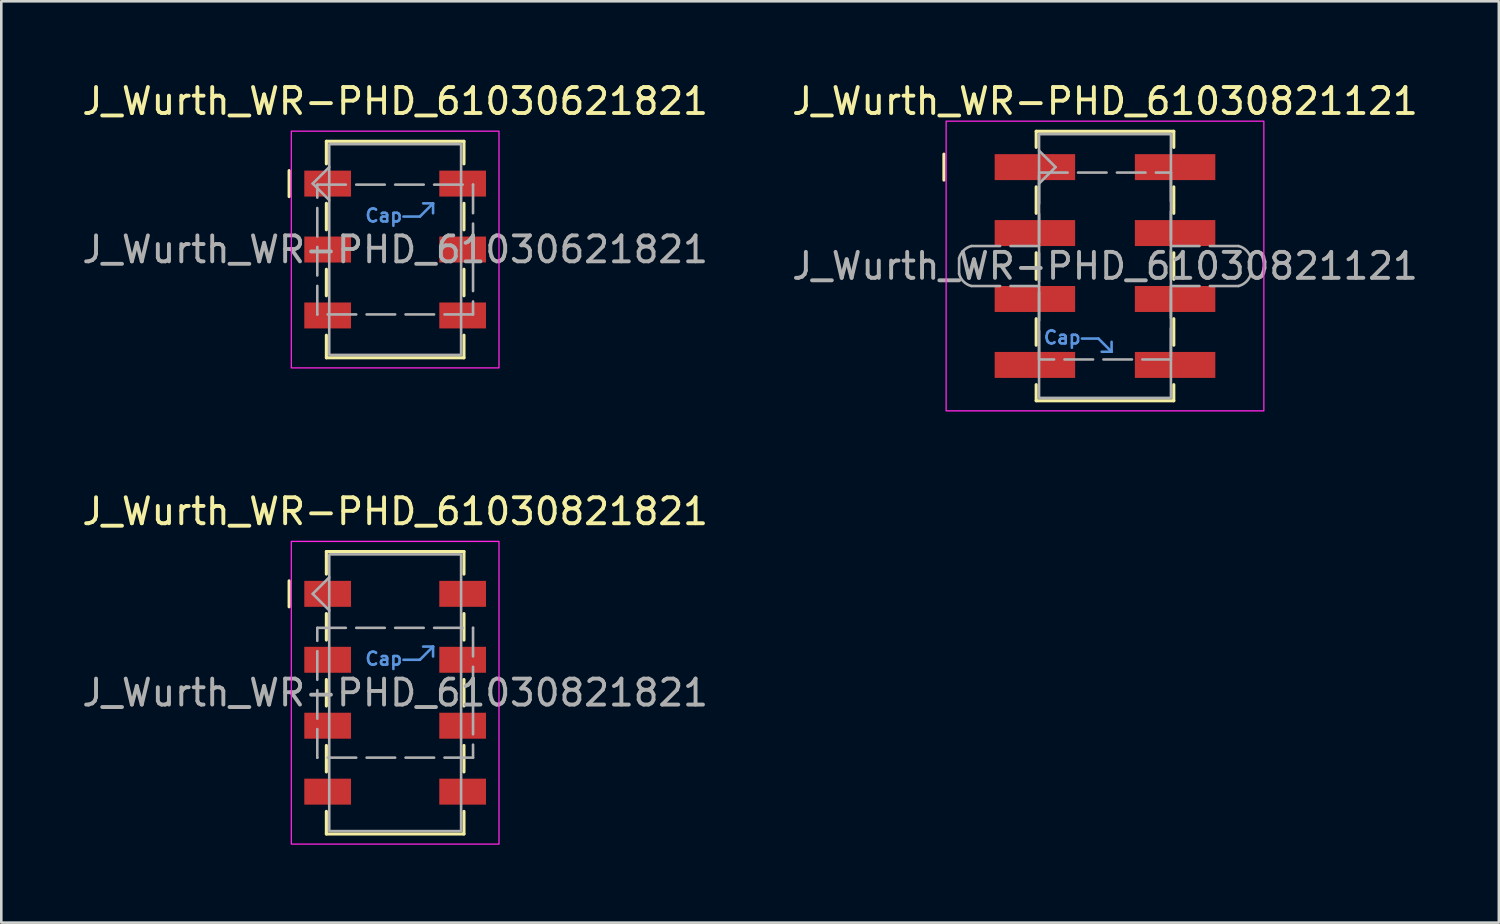
<source format=kicad_pcb>
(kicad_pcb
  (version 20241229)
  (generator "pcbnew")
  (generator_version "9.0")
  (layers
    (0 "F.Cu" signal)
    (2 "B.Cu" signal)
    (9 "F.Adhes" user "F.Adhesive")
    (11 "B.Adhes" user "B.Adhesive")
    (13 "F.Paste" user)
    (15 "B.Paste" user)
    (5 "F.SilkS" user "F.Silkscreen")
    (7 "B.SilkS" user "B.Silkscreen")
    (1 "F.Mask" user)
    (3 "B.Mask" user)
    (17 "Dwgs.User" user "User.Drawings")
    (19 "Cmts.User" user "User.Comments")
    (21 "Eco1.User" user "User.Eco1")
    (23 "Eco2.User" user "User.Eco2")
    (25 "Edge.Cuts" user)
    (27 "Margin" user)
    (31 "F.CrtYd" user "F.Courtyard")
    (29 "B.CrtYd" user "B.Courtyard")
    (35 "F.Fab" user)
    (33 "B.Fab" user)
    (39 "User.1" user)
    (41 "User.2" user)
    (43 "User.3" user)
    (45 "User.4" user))
  (footprint "J_Wurth_WR-PHD_61030621821"
    (layer "F.Cu")
    (at 12.173 6.563)
    (property "Reference" "J_Wurth_WR-PHD_61030621821" (at 0 -5.715 0) (unlocked yes) (layer "F.SilkS") (effects (font (size 1 1) (thickness 0.15))))
    (attr smd)
    (fp_line (start -4.085 -3.04) (end -4.085 -2.04) (stroke (width 0.12) (type solid)) (layer "F.SilkS"))
    (fp_line (start -2.65 -4.17) (end -2.65 -3.3) (stroke (width 0.12) (type solid)) (layer "F.SilkS"))
    (fp_line (start -2.65 -4.17) (end 2.65 -4.17) (stroke (width 0.12) (type solid)) (layer "F.SilkS"))
    (fp_line (start -2.65 -1.78) (end -2.65 -0.76) (stroke (width 0.12) (type solid)) (layer "F.SilkS"))
    (fp_line (start -2.65 0.76) (end -2.65 1.78) (stroke (width 0.12) (type solid)) (layer "F.SilkS"))
    (fp_line (start -2.65 3.3) (end -2.65 4.17) (stroke (width 0.12) (type solid)) (layer "F.SilkS"))
    (fp_line (start -2.65 4.17) (end 2.65 4.17) (stroke (width 0.12) (type solid)) (layer "F.SilkS"))
    (fp_line (start 2.65 -4.17) (end 2.65 -3.3) (stroke (width 0.12) (type solid)) (layer "F.SilkS"))
    (fp_line (start 2.65 -1.78) (end 2.65 -0.76) (stroke (width 0.12) (type solid)) (layer "F.SilkS"))
    (fp_line (start 2.65 0.76) (end 2.65 1.78) (stroke (width 0.12) (type solid)) (layer "F.SilkS"))
    (fp_line (start 2.65 3.3) (end 2.65 4.17) (stroke (width 0.12) (type solid)) (layer "F.SilkS"))
    (fp_line (start 0.318 -1.27) (end 0.953 -1.27) (stroke (width 0.1) (type default)) (layer "Cmts.User"))
    (fp_line (start 0.953 -1.27) (end 1.46 -1.778) (stroke (width 0.1) (type default)) (layer "Cmts.User"))
    (fp_line (start 1.46 -1.778) (end 1.079 -1.778) (stroke (width 0.1) (type default)) (layer "Cmts.User"))
    (fp_line (start 1.46 -1.778) (end 1.46 -1.397) (stroke (width 0.1) (type default)) (layer "Cmts.User"))
    (fp_rect (start -4 -4.56) (end 4 4.56) (stroke (width 0.05) (type solid)) (fill no) (layer "F.CrtYd"))
    (fp_line (start -3.175 -2.54) (end -2.54 -1.905) (stroke (width 0.1) (type default)) (layer "F.Fab"))
    (fp_line (start -2.54 -3.175) (end -3.175 -2.54) (stroke (width 0.1) (type default)) (layer "F.Fab"))
    (fp_rect (start -3 -2.5) (end 3 2.5) (stroke (width 0.1) (type dash)) (fill no) (layer "F.Fab"))
    (fp_rect (start -2.54 -4.06) (end 2.54 4.06) (stroke (width 0.1) (type solid)) (fill no) (layer "F.Fab"))
    (fp_text user "Cap" (at -1.206 -1.016 0) (unlocked yes) (layer "Cmts.User") (effects (font (size 0.5 0.5) (thickness 0.1) (bold yes)) (justify left bottom)))
    (fp_text user "${REFERENCE}" (at 0 0 0) (unlocked yes) (layer "F.Fab") (effects (font (size 1 1) (thickness 0.15))))
    (pad "1" smd rect (at -2.6 -2.54 270) (size 1 1.8) (layers "F.Cu" "F.Mask" "F.Paste"))
    (pad "2" smd rect (at 2.6 -2.54 270) (size 1 1.8) (layers "F.Cu" "F.Mask" "F.Paste"))
    (pad "3" smd rect (at -2.6 0 270) (size 1 1.8) (layers "F.Cu" "F.Mask" "F.Paste"))
    (pad "4" smd rect (at 2.6 0 270) (size 1 1.8) (layers "F.Cu" "F.Mask" "F.Paste"))
    (pad "5" smd rect (at -2.6 2.54 270) (size 1 1.8) (layers "F.Cu" "F.Mask" "F.Paste"))
    (pad "6" smd rect (at 2.6 2.54 270) (size 1 1.8) (layers "F.Cu" "F.Mask" "F.Paste")))
  (footprint "J_Wurth_WR-PHD_61030821821"
    (layer "F.Cu")
    (at 12.173 23.637)
    (property "Reference" "J_Wurth_WR-PHD_61030821821" (at 0 -6.985 0) (unlocked yes) (layer "F.SilkS") (effects (font (size 1 1) (thickness 0.15))))
    (attr smd)
    (fp_line (start -4.085 -4.31) (end -4.085 -3.31) (stroke (width 0.12) (type solid)) (layer "F.SilkS"))
    (fp_line (start -2.65 -5.44) (end -2.65 -4.57) (stroke (width 0.12) (type solid)) (layer "F.SilkS"))
    (fp_line (start -2.65 -5.44) (end 2.65 -5.44) (stroke (width 0.12) (type solid)) (layer "F.SilkS"))
    (fp_line (start -2.65 -3.05) (end -2.65 -2.03) (stroke (width 0.12) (type solid)) (layer "F.SilkS"))
    (fp_line (start -2.65 -0.51) (end -2.65 0.51) (stroke (width 0.12) (type solid)) (layer "F.SilkS"))
    (fp_line (start -2.65 2.03) (end -2.65 3.05) (stroke (width 0.12) (type solid)) (layer "F.SilkS"))
    (fp_line (start -2.65 4.57) (end -2.65 5.44) (stroke (width 0.12) (type solid)) (layer "F.SilkS"))
    (fp_line (start -2.65 5.44) (end 2.65 5.44) (stroke (width 0.12) (type solid)) (layer "F.SilkS"))
    (fp_line (start 2.65 -5.44) (end 2.65 -4.57) (stroke (width 0.12) (type solid)) (layer "F.SilkS"))
    (fp_line (start 2.65 -3.05) (end 2.65 -2.03) (stroke (width 0.12) (type solid)) (layer "F.SilkS"))
    (fp_line (start 2.65 -0.51) (end 2.65 0.51) (stroke (width 0.12) (type solid)) (layer "F.SilkS"))
    (fp_line (start 2.65 2.03) (end 2.65 3.05) (stroke (width 0.12) (type solid)) (layer "F.SilkS"))
    (fp_line (start 2.65 4.57) (end 2.65 5.44) (stroke (width 0.12) (type solid)) (layer "F.SilkS"))
    (fp_line (start 0.318 -1.27) (end 0.953 -1.27) (stroke (width 0.1) (type default)) (layer "Cmts.User"))
    (fp_line (start 0.953 -1.27) (end 1.46 -1.778) (stroke (width 0.1) (type default)) (layer "Cmts.User"))
    (fp_line (start 1.46 -1.778) (end 1.079 -1.778) (stroke (width 0.1) (type default)) (layer "Cmts.User"))
    (fp_line (start 1.46 -1.778) (end 1.46 -1.397) (stroke (width 0.1) (type default)) (layer "Cmts.User"))
    (fp_rect (start -4 -5.83) (end 4 5.83) (stroke (width 0.05) (type solid)) (fill no) (layer "F.CrtYd"))
    (fp_line (start -3.175 -3.81) (end -2.54 -3.175) (stroke (width 0.1) (type default)) (layer "F.Fab"))
    (fp_line (start -2.54 -4.445) (end -3.175 -3.81) (stroke (width 0.1) (type default)) (layer "F.Fab"))
    (fp_rect (start -3 -2.5) (end 3 2.5) (stroke (width 0.1) (type dash)) (fill no) (layer "F.Fab"))
    (fp_rect (start -2.54 -5.33) (end 2.54 5.33) (stroke (width 0.1) (type solid)) (fill no) (layer "F.Fab"))
    (fp_text user "Cap" (at -1.206 -1.016 0) (unlocked yes) (layer "Cmts.User") (effects (font (size 0.5 0.5) (thickness 0.1) (bold yes)) (justify left bottom)))
    (fp_text user "${REFERENCE}" (at 0 0 0) (unlocked yes) (layer "F.Fab") (effects (font (size 1 1) (thickness 0.15))))
    (pad "1" smd rect (at -2.6 -3.81 270) (size 1 1.8) (layers "F.Cu" "F.Mask" "F.Paste"))
    (pad "2" smd rect (at 2.6 -3.81 270) (size 1 1.8) (layers "F.Cu" "F.Mask" "F.Paste"))
    (pad "3" smd rect (at -2.6 -1.27 270) (size 1 1.8) (layers "F.Cu" "F.Mask" "F.Paste"))
    (pad "4" smd rect (at 2.6 -1.27 270) (size 1 1.8) (layers "F.Cu" "F.Mask" "F.Paste"))
    (pad "5" smd rect (at -2.6 1.27 270) (size 1 1.8) (layers "F.Cu" "F.Mask" "F.Paste"))
    (pad "6" smd rect (at 2.6 1.27 270) (size 1 1.8) (layers "F.Cu" "F.Mask" "F.Paste"))
    (pad "7" smd rect (at -2.6 3.81 270) (size 1 1.8) (layers "F.Cu" "F.Mask" "F.Paste"))
    (pad "8" smd rect (at 2.6 3.81 270) (size 1 1.8) (layers "F.Cu" "F.Mask" "F.Paste")))
  (footprint "J_Wurth_WR-PHD_61030821121"
    (layer "F.Cu")
    (at 39.518 7.198)
    (property "Reference" "J_Wurth_WR-PHD_61030821121" (at 0 -6.35 0) (unlocked yes) (layer "F.SilkS") (effects (font (size 1 1) (thickness 0.15))))
    (attr smd)
    (fp_line (start -6.205 -4.31) (end -6.205 -3.31) (stroke (width 0.12) (type solid)) (layer "F.SilkS"))
    (fp_line (start -2.65 -4.57) (end -2.65 -5.19) (stroke (width 0.12) (type solid)) (layer "F.SilkS"))
    (fp_line (start -2.65 -3.05) (end -2.65 -2.03) (stroke (width 0.12) (type solid)) (layer "F.SilkS"))
    (fp_line (start -2.65 -0.51) (end -2.65 0.51) (stroke (width 0.12) (type solid)) (layer "F.SilkS"))
    (fp_line (start -2.65 2.03) (end -2.65 3.05) (stroke (width 0.12) (type solid)) (layer "F.SilkS"))
    (fp_line (start -2.65 4.57) (end -2.65 5.19) (stroke (width 0.12) (type solid)) (layer "F.SilkS"))
    (fp_line (start 2.65 -5.19) (end -2.65 -5.19) (stroke (width 0.12) (type solid)) (layer "F.SilkS"))
    (fp_line (start 2.65 -5.19) (end 2.65 -4.57) (stroke (width 0.12) (type solid)) (layer "F.SilkS"))
    (fp_line (start 2.65 -3.05) (end 2.65 -2.03) (stroke (width 0.12) (type solid)) (layer "F.SilkS"))
    (fp_line (start 2.65 -0.51) (end 2.65 0.51) (stroke (width 0.12) (type solid)) (layer "F.SilkS"))
    (fp_line (start 2.65 2.03) (end 2.65 3.05) (stroke (width 0.12) (type solid)) (layer "F.SilkS"))
    (fp_line (start 2.65 4.57) (end 2.65 5.19) (stroke (width 0.12) (type solid)) (layer "F.SilkS"))
    (fp_line (start 2.65 5.19) (end -2.65 5.19) (stroke (width 0.12) (type solid)) (layer "F.SilkS"))
    (fp_line (start -0.889 2.794) (end -0.254 2.794) (stroke (width 0.1) (type default)) (layer "Cmts.User"))
    (fp_line (start -0.254 2.794) (end 0.254 3.302) (stroke (width 0.1) (type default)) (layer "Cmts.User"))
    (fp_line (start 0.254 3.302) (end -0.127 3.302) (stroke (width 0.1) (type default)) (layer "Cmts.User"))
    (fp_line (start 0.254 3.302) (end 0.254 2.921) (stroke (width 0.1) (type default)) (layer "Cmts.User"))
    (fp_rect (start -6.12 -5.58) (end 6.12 5.58) (stroke (width 0.05) (type solid)) (fill no) (layer "F.CrtYd"))
    (fp_line (start -5.62 0.3) (end -5.62 -0.3) (stroke (width 0.1) (type solid)) (layer "F.Fab"))
    (fp_line (start -2.54 -4.445) (end -1.905 -3.81) (stroke (width 0.1) (type default)) (layer "F.Fab"))
    (fp_line (start -2.54 -0.77) (end -5.15 -0.77) (stroke (width 0.1) (type dash)) (layer "F.Fab"))
    (fp_line (start -2.54 0.77) (end -5.15 0.77) (stroke (width 0.1) (type dash)) (layer "F.Fab"))
    (fp_line (start -1.905 -3.81) (end -2.54 -3.175) (stroke (width 0.1) (type default)) (layer "F.Fab"))
    (fp_line (start 2.54 -0.77) (end 5.15 -0.77) (stroke (width 0.1) (type dash)) (layer "F.Fab"))
    (fp_line (start 2.54 0.77) (end 5.15 0.77) (stroke (width 0.1) (type dash)) (layer "F.Fab"))
    (fp_line (start 5.62 -0.3) (end 5.62 0.3) (stroke (width 0.1) (type solid)) (layer "F.Fab"))
    (fp_rect (start -2.54 -5.08) (end 2.54 5.08) (stroke (width 0.1) (type solid)) (fill no) (layer "F.Fab"))
    (fp_rect (start -2.54 -3.6) (end 2.54 3.6) (stroke (width 0.1) (type dash)) (fill no) (layer "F.Fab"))
    (fp_arc (start -5.62 -0.3) (mid -5.447968 -0.597969) (end -5.15 -0.770001) (stroke (width 0.1) (type default)) (layer "F.Fab"))
    (fp_arc (start -5.15 0.77) (mid -5.447969 0.597968) (end -5.620001 0.3) (stroke (width 0.1) (type default)) (layer "F.Fab"))
    (fp_arc (start 5.15 -0.77) (mid 5.447968 -0.597968) (end 5.620001 -0.3) (stroke (width 0.1) (type default)) (layer "F.Fab"))
    (fp_arc (start 5.62 0.3) (mid 5.447968 0.597968) (end 5.15 0.770001) (stroke (width 0.1) (type default)) (layer "F.Fab"))
    (fp_text user "Cap" (at -2.413 3.048 0) (unlocked yes) (layer "Cmts.User") (effects (font (size 0.5 0.5) (thickness 0.1) (bold yes)) (justify left bottom)))
    (fp_text user "${REFERENCE}" (at 0 0 0) (unlocked yes) (layer "F.Fab") (effects (font (size 1 1) (thickness 0.15))))
    (pad "1" smd rect (at -2.7 -3.81 270) (size 1 3.1) (layers "F.Cu" "F.Mask" "F.Paste"))
    (pad "2" smd rect (at 2.7 -3.81 270) (size 1 3.1) (layers "F.Cu" "F.Mask" "F.Paste"))
    (pad "3" smd rect (at -2.7 -1.27 270) (size 1 3.1) (layers "F.Cu" "F.Mask" "F.Paste"))
    (pad "4" smd rect (at 2.7 -1.27 270) (size 1 3.1) (layers "F.Cu" "F.Mask" "F.Paste"))
    (pad "5" smd rect (at -2.7 1.27 270) (size 1 3.1) (layers "F.Cu" "F.Mask" "F.Paste"))
    (pad "6" smd rect (at 2.7 1.27 270) (size 1 3.1) (layers "F.Cu" "F.Mask" "F.Paste"))
    (pad "7" smd rect (at -2.7 3.81 270) (size 1 3.1) (layers "F.Cu" "F.Mask" "F.Paste"))
    (pad "8" smd rect (at 2.7 3.81 270) (size 1 3.1) (layers "F.Cu" "F.Mask" "F.Paste")))
  (gr_rect
    (start -3 -3)
    (end 54.69 32.492)
    (stroke (width 0.1) (type default))
    (fill no)
    (layer "Edge.Cuts")))
</source>
